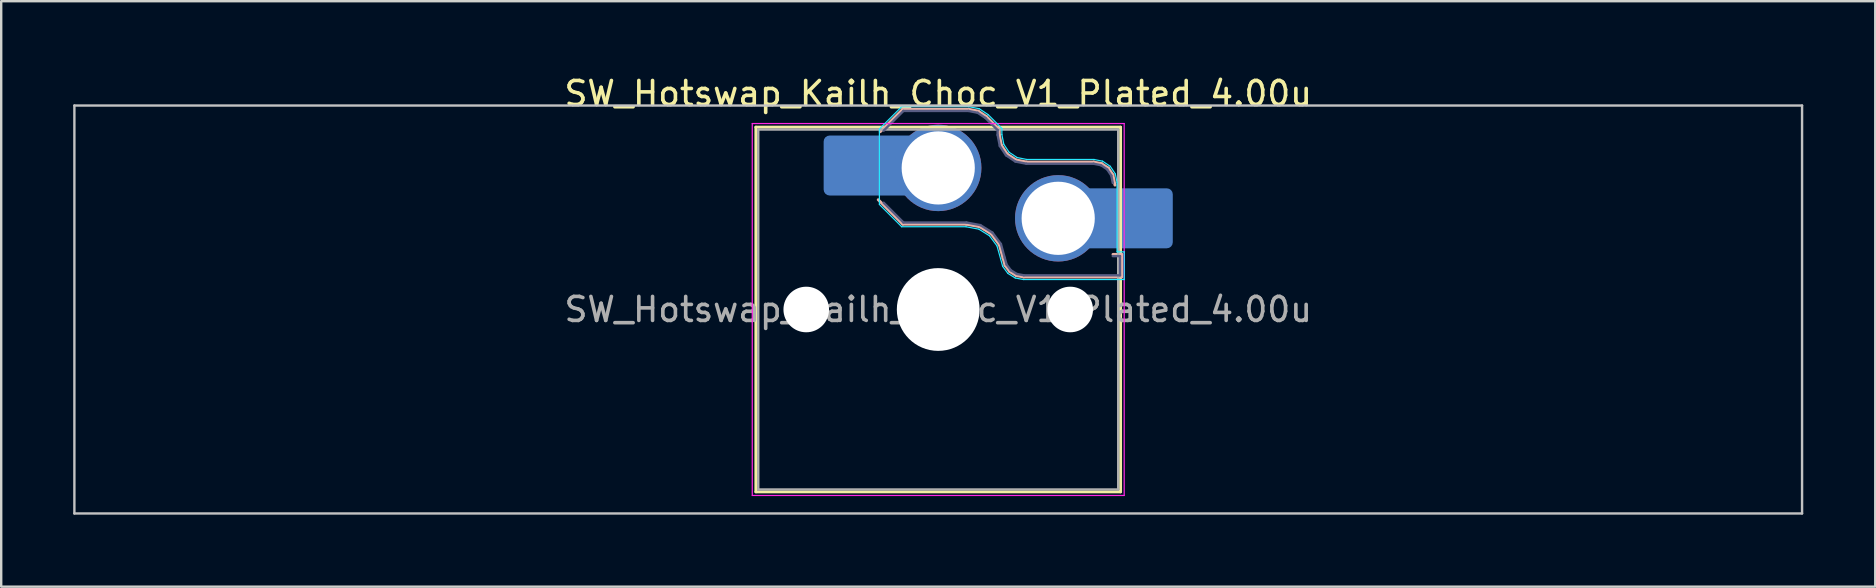
<source format=kicad_pcb>
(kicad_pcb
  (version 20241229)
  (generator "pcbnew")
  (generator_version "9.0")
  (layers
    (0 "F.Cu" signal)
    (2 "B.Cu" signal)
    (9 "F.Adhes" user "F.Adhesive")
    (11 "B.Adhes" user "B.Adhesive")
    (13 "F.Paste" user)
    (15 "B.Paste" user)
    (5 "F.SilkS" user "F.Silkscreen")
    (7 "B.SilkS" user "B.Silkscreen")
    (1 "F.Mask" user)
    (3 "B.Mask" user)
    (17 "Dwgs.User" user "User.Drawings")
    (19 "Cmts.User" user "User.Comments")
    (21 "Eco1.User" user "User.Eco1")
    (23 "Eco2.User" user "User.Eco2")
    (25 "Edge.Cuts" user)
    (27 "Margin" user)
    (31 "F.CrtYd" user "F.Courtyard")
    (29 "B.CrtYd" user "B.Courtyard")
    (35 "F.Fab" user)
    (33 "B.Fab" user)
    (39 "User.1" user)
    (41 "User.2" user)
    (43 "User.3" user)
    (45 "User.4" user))
  (footprint "SW_Hotswap_Kailh_Choc_V1_Plated_4.00u"
    (layer "F.Cu")
    (at 36.05 9.848)
    (property "Reference" "SW_Hotswap_Kailh_Choc_V1_Plated_4.00u" (at 0 -9 0) (layer "F.SilkS") (effects (font (size 1 1) (thickness 0.15))))
    (attr smd)
    (fp_line (start -7.6 -7.6) (end -7.6 7.6) (stroke (width 0.12) (type solid)) (layer "F.SilkS"))
    (fp_line (start -7.6 7.6) (end 7.6 7.6) (stroke (width 0.12) (type solid)) (layer "F.SilkS"))
    (fp_line (start 7.6 -7.6) (end -7.6 -7.6) (stroke (width 0.12) (type solid)) (layer "F.SilkS"))
    (fp_line (start 7.6 7.6) (end 7.6 -7.6) (stroke (width 0.12) (type solid)) (layer "F.SilkS"))
    (fp_line (start -2.416 -7.409) (end -1.479 -8.346) (stroke (width 0.12) (type solid)) (layer "B.SilkS"))
    (fp_line (start -1.479 -8.346) (end 1.268 -8.346) (stroke (width 0.12) (type solid)) (layer "B.SilkS"))
    (fp_line (start -1.479 -3.554) (end -2.5 -4.575) (stroke (width 0.12) (type solid)) (layer "B.SilkS"))
    (fp_line (start 1.168 -3.554) (end -1.479 -3.554) (stroke (width 0.12) (type solid)) (layer "B.SilkS"))
    (fp_line (start 1.268 -8.346) (end 1.671 -8.266) (stroke (width 0.12) (type solid)) (layer "B.SilkS"))
    (fp_line (start 1.671 -8.266) (end 2.013 -8.037) (stroke (width 0.12) (type solid)) (layer "B.SilkS"))
    (fp_line (start 1.73 -3.449) (end 1.168 -3.554) (stroke (width 0.12) (type solid)) (layer "B.SilkS"))
    (fp_line (start 2.013 -8.037) (end 2.546 -7.504) (stroke (width 0.12) (type solid)) (layer "B.SilkS"))
    (fp_line (start 2.209 -3.15) (end 1.73 -3.449) (stroke (width 0.12) (type solid)) (layer "B.SilkS"))
    (fp_line (start 2.546 -7.504) (end 2.546 -7.282) (stroke (width 0.12) (type solid)) (layer "B.SilkS"))
    (fp_line (start 2.546 -7.282) (end 2.633 -6.844) (stroke (width 0.12) (type solid)) (layer "B.SilkS"))
    (fp_line (start 2.547 -2.697) (end 2.209 -3.15) (stroke (width 0.12) (type solid)) (layer "B.SilkS"))
    (fp_line (start 2.633 -6.844) (end 2.877 -6.477) (stroke (width 0.12) (type solid)) (layer "B.SilkS"))
    (fp_line (start 2.701 -2.139) (end 2.547 -2.697) (stroke (width 0.12) (type solid)) (layer "B.SilkS"))
    (fp_line (start 2.783 -1.841) (end 2.701 -2.139) (stroke (width 0.12) (type solid)) (layer "B.SilkS"))
    (fp_line (start 2.877 -6.477) (end 3.244 -6.233) (stroke (width 0.12) (type solid)) (layer "B.SilkS"))
    (fp_line (start 2.976 -1.583) (end 2.783 -1.841) (stroke (width 0.12) (type solid)) (layer "B.SilkS"))
    (fp_line (start 3.244 -6.233) (end 3.682 -6.146) (stroke (width 0.12) (type solid)) (layer "B.SilkS"))
    (fp_line (start 3.25 -1.413) (end 2.976 -1.583) (stroke (width 0.12) (type solid)) (layer "B.SilkS"))
    (fp_line (start 3.56 -1.354) (end 3.25 -1.413) (stroke (width 0.12) (type solid)) (layer "B.SilkS"))
    (fp_line (start 3.682 -6.146) (end 6.482 -6.146) (stroke (width 0.12) (type solid)) (layer "B.SilkS"))
    (fp_line (start 6.482 -6.146) (end 6.809 -6.081) (stroke (width 0.12) (type solid)) (layer "B.SilkS"))
    (fp_line (start 6.809 -6.081) (end 7.092 -5.892) (stroke (width 0.12) (type solid)) (layer "B.SilkS"))
    (fp_line (start 7.092 -5.892) (end 7.281 -5.609) (stroke (width 0.12) (type solid)) (layer "B.SilkS"))
    (fp_line (start 7.281 -5.609) (end 7.366 -5.182) (stroke (width 0.12) (type solid)) (layer "B.SilkS"))
    (fp_line (start 7.283 -2.296) (end 7.646 -2.296) (stroke (width 0.12) (type solid)) (layer "B.SilkS"))
    (fp_line (start 7.646 -2.296) (end 7.646 -1.354) (stroke (width 0.12) (type solid)) (layer "B.SilkS"))
    (fp_line (start 7.646 -1.354) (end 3.56 -1.354) (stroke (width 0.12) (type solid)) (layer "B.SilkS"))
    (fp_line (start -36 -8.5) (end -36 8.5) (stroke (width 0.1) (type solid)) (layer "Dwgs.User"))
    (fp_line (start -36 8.5) (end 36 8.5) (stroke (width 0.1) (type solid)) (layer "Dwgs.User"))
    (fp_line (start 36 -8.5) (end -36 -8.5) (stroke (width 0.1) (type solid)) (layer "Dwgs.User"))
    (fp_line (start 36 8.5) (end 36 -8.5) (stroke (width 0.1) (type solid)) (layer "Dwgs.User"))
    (fp_line (start -7.25 -7.25) (end -7.25 7.25) (stroke (width 0.1) (type solid)) (layer "Eco1.User"))
    (fp_line (start -7.25 7.25) (end 7.25 7.25) (stroke (width 0.1) (type solid)) (layer "Eco1.User"))
    (fp_line (start 7.25 -7.25) (end -7.25 -7.25) (stroke (width 0.1) (type solid)) (layer "Eco1.User"))
    (fp_line (start 7.25 7.25) (end 7.25 -7.25) (stroke (width 0.1) (type solid)) (layer "Eco1.User"))
    (fp_line (start -2.452 -7.523) (end -1.523 -8.452) (stroke (width 0.05) (type solid)) (layer "B.CrtYd"))
    (fp_line (start -2.452 -4.377) (end -2.452 -7.523) (stroke (width 0.05) (type solid)) (layer "B.CrtYd"))
    (fp_line (start -1.523 -8.452) (end 1.278 -8.452) (stroke (width 0.05) (type solid)) (layer "B.CrtYd"))
    (fp_line (start -1.523 -3.448) (end -2.452 -4.377) (stroke (width 0.05) (type solid)) (layer "B.CrtYd"))
    (fp_line (start 1.159 -3.448) (end -1.523 -3.448) (stroke (width 0.05) (type solid)) (layer "B.CrtYd"))
    (fp_line (start 1.278 -8.452) (end 1.712 -8.366) (stroke (width 0.05) (type solid)) (layer "B.CrtYd"))
    (fp_line (start 1.691 -3.348) (end 1.159 -3.448) (stroke (width 0.05) (type solid)) (layer "B.CrtYd"))
    (fp_line (start 1.712 -8.366) (end 2.081 -8.119) (stroke (width 0.05) (type solid)) (layer "B.CrtYd"))
    (fp_line (start 2.081 -8.119) (end 2.652 -7.548) (stroke (width 0.05) (type solid)) (layer "B.CrtYd"))
    (fp_line (start 2.136 -3.071) (end 1.691 -3.348) (stroke (width 0.05) (type solid)) (layer "B.CrtYd"))
    (fp_line (start 2.45 -2.65) (end 2.136 -3.071) (stroke (width 0.05) (type solid)) (layer "B.CrtYd"))
    (fp_line (start 2.599 -2.111) (end 2.45 -2.65) (stroke (width 0.05) (type solid)) (layer "B.CrtYd"))
    (fp_line (start 2.652 -7.548) (end 2.652 -7.292) (stroke (width 0.05) (type solid)) (layer "B.CrtYd"))
    (fp_line (start 2.652 -7.292) (end 2.733 -6.885) (stroke (width 0.05) (type solid)) (layer "B.CrtYd"))
    (fp_line (start 2.687 -1.794) (end 2.599 -2.111) (stroke (width 0.05) (type solid)) (layer "B.CrtYd"))
    (fp_line (start 2.733 -6.885) (end 2.953 -6.553) (stroke (width 0.05) (type solid)) (layer "B.CrtYd"))
    (fp_line (start 2.903 -1.503) (end 2.687 -1.794) (stroke (width 0.05) (type solid)) (layer "B.CrtYd"))
    (fp_line (start 2.953 -6.553) (end 3.285 -6.333) (stroke (width 0.05) (type solid)) (layer "B.CrtYd"))
    (fp_line (start 3.211 -1.312) (end 2.903 -1.503) (stroke (width 0.05) (type solid)) (layer "B.CrtYd"))
    (fp_line (start 3.285 -6.333) (end 3.692 -6.252) (stroke (width 0.05) (type solid)) (layer "B.CrtYd"))
    (fp_line (start 3.55 -1.248) (end 3.211 -1.312) (stroke (width 0.05) (type solid)) (layer "B.CrtYd"))
    (fp_line (start 3.692 -6.252) (end 6.492 -6.252) (stroke (width 0.05) (type solid)) (layer "B.CrtYd"))
    (fp_line (start 6.492 -6.252) (end 6.85 -6.181) (stroke (width 0.05) (type solid)) (layer "B.CrtYd"))
    (fp_line (start 6.85 -6.181) (end 7.168 -5.968) (stroke (width 0.05) (type solid)) (layer "B.CrtYd"))
    (fp_line (start 7.168 -5.968) (end 7.381 -5.65) (stroke (width 0.05) (type solid)) (layer "B.CrtYd"))
    (fp_line (start 7.381 -5.65) (end 7.452 -5.292) (stroke (width 0.05) (type solid)) (layer "B.CrtYd"))
    (fp_line (start 7.452 -5.292) (end 7.452 -2.402) (stroke (width 0.05) (type solid)) (layer "B.CrtYd"))
    (fp_line (start 7.452 -2.402) (end 7.752 -2.402) (stroke (width 0.05) (type solid)) (layer "B.CrtYd"))
    (fp_line (start 7.752 -2.402) (end 7.752 -1.248) (stroke (width 0.05) (type solid)) (layer "B.CrtYd"))
    (fp_line (start 7.752 -1.248) (end 3.55 -1.248) (stroke (width 0.05) (type solid)) (layer "B.CrtYd"))
    (fp_line (start -7.75 -7.75) (end -7.75 7.75) (stroke (width 0.05) (type solid)) (layer "F.CrtYd"))
    (fp_line (start -7.75 7.75) (end 7.75 7.75) (stroke (width 0.05) (type solid)) (layer "F.CrtYd"))
    (fp_line (start 7.75 -7.75) (end -7.75 -7.75) (stroke (width 0.05) (type solid)) (layer "F.CrtYd"))
    (fp_line (start 7.75 7.75) (end 7.75 -7.75) (stroke (width 0.05) (type solid)) (layer "F.CrtYd"))
    (fp_line (start -2.275 -7.45) (end -1.45 -8.275) (stroke (width 0.1) (type solid)) (layer "B.Fab"))
    (fp_line (start -1.45 -8.275) (end 1.261 -8.275) (stroke (width 0.1) (type solid)) (layer "B.Fab"))
    (fp_line (start -1.45 -3.625) (end -2.275 -4.45) (stroke (width 0.1) (type solid)) (layer "B.Fab"))
    (fp_line (start 1.175 -3.625) (end -1.45 -3.625) (stroke (width 0.1) (type solid)) (layer "B.Fab"))
    (fp_line (start 1.261 -8.275) (end 1.643 -8.199) (stroke (width 0.1) (type solid)) (layer "B.Fab"))
    (fp_line (start 1.643 -8.199) (end 1.968 -7.982) (stroke (width 0.1) (type solid)) (layer "B.Fab"))
    (fp_line (start 1.756 -3.516) (end 1.175 -3.625) (stroke (width 0.1) (type solid)) (layer "B.Fab"))
    (fp_line (start 1.968 -7.982) (end 2.475 -7.475) (stroke (width 0.1) (type solid)) (layer "B.Fab"))
    (fp_line (start 2.258 -3.203) (end 1.756 -3.516) (stroke (width 0.1) (type solid)) (layer "B.Fab"))
    (fp_line (start 2.475 -7.475) (end 2.475 -7.275) (stroke (width 0.1) (type solid)) (layer "B.Fab"))
    (fp_line (start 2.475 -7.275) (end 2.566 -6.816) (stroke (width 0.1) (type solid)) (layer "B.Fab"))
    (fp_line (start 2.566 -6.816) (end 2.826 -6.426) (stroke (width 0.1) (type solid)) (layer "B.Fab"))
    (fp_line (start 2.612 -2.729) (end 2.258 -3.203) (stroke (width 0.1) (type solid)) (layer "B.Fab"))
    (fp_line (start 2.769 -2.158) (end 2.612 -2.729) (stroke (width 0.1) (type solid)) (layer "B.Fab"))
    (fp_line (start 2.826 -6.426) (end 3.216 -6.166) (stroke (width 0.1) (type solid)) (layer "B.Fab"))
    (fp_line (start 2.848 -1.873) (end 2.769 -2.158) (stroke (width 0.1) (type solid)) (layer "B.Fab"))
    (fp_line (start 3.025 -1.636) (end 2.848 -1.873) (stroke (width 0.1) (type solid)) (layer "B.Fab"))
    (fp_line (start 3.216 -6.166) (end 3.675 -6.075) (stroke (width 0.1) (type solid)) (layer "B.Fab"))
    (fp_line (start 3.276 -1.48) (end 3.025 -1.636) (stroke (width 0.1) (type solid)) (layer "B.Fab"))
    (fp_line (start 3.567 -1.425) (end 3.276 -1.48) (stroke (width 0.1) (type solid)) (layer "B.Fab"))
    (fp_line (start 3.675 -6.075) (end 6.475 -6.075) (stroke (width 0.1) (type solid)) (layer "B.Fab"))
    (fp_line (start 6.475 -6.075) (end 6.781 -6.014) (stroke (width 0.1) (type solid)) (layer "B.Fab"))
    (fp_line (start 6.781 -6.014) (end 7.041 -5.841) (stroke (width 0.1) (type solid)) (layer "B.Fab"))
    (fp_line (start 7.041 -5.841) (end 7.214 -5.581) (stroke (width 0.1) (type solid)) (layer "B.Fab"))
    (fp_line (start 7.214 -5.581) (end 7.275 -5.275) (stroke (width 0.1) (type solid)) (layer "B.Fab"))
    (fp_line (start 7.275 -2.225) (end 7.575 -2.225) (stroke (width 0.1) (type solid)) (layer "B.Fab"))
    (fp_line (start 7.575 -2.225) (end 7.575 -1.425) (stroke (width 0.1) (type solid)) (layer "B.Fab"))
    (fp_line (start 7.575 -1.425) (end 3.567 -1.425) (stroke (width 0.1) (type solid)) (layer "B.Fab"))
    (fp_line (start -7.5 -7.5) (end -7.5 7.5) (stroke (width 0.1) (type solid)) (layer "F.Fab"))
    (fp_line (start -7.5 7.5) (end 7.5 7.5) (stroke (width 0.1) (type solid)) (layer "F.Fab"))
    (fp_line (start 7.5 -7.5) (end -7.5 -7.5) (stroke (width 0.1) (type solid)) (layer "F.Fab"))
    (fp_line (start 7.5 7.5) (end 7.5 -7.5) (stroke (width 0.1) (type solid)) (layer "F.Fab"))
    (fp_text user "${REFERENCE}" (at 0 0 0) (layer "F.Fab") (effects (font (size 1 1) (thickness 0.15))))
    (pad "" np_thru_hole circle (at -5.5 0) (size 1.9 1.9) (drill 1.9) (layers "*.Cu" "*.Mask"))
    (pad "" smd roundrect (at -3.5 -6) (size 2.55 2.5) (layers "B.Mask" "B.Paste") (roundrect_rratio 0.1))
    (pad "" smd circle (at 0 -5.9) (size 3.1 3.1) (layers "F.Mask"))
    (pad "" np_thru_hole circle (at 0 0) (size 3.45 3.45) (drill 3.45) (layers "*.Cu" "*.Mask"))
    (pad "" smd circle (at 5 -3.8) (size 3.1 3.1) (layers "F.Mask"))
    (pad "" np_thru_hole circle (at 5.5 0) (size 1.9 1.9) (drill 1.9) (layers "*.Cu" "*.Mask"))
    (pad "" smd roundrect (at 8.5 -3.8) (size 2.55 2.5) (layers "B.Mask" "B.Paste") (roundrect_rratio 0.1))
    (pad "1" smd roundrect (at -2.85 -6) (size 3.85 2.5) (layers "B.Cu") (roundrect_rratio 0.1))
    (pad "1" thru_hole circle (at 0 -5.9) (size 3.6 3.6) (drill 3.05) (layers "*.Cu" "B.Mask"))
    (pad "2" thru_hole circle (at 5 -3.8) (size 3.6 3.6) (drill 3.05) (layers "*.Cu" "B.Mask"))
    (pad "2" smd roundrect (at 7.85 -3.8) (size 3.85 2.5) (layers "B.Cu") (roundrect_rratio 0.1)))
  (gr_rect
    (start -3 -3)
    (end 75.1 21.398)
    (stroke (width 0.1) (type default))
    (fill no)
    (layer "Edge.Cuts")))
</source>
